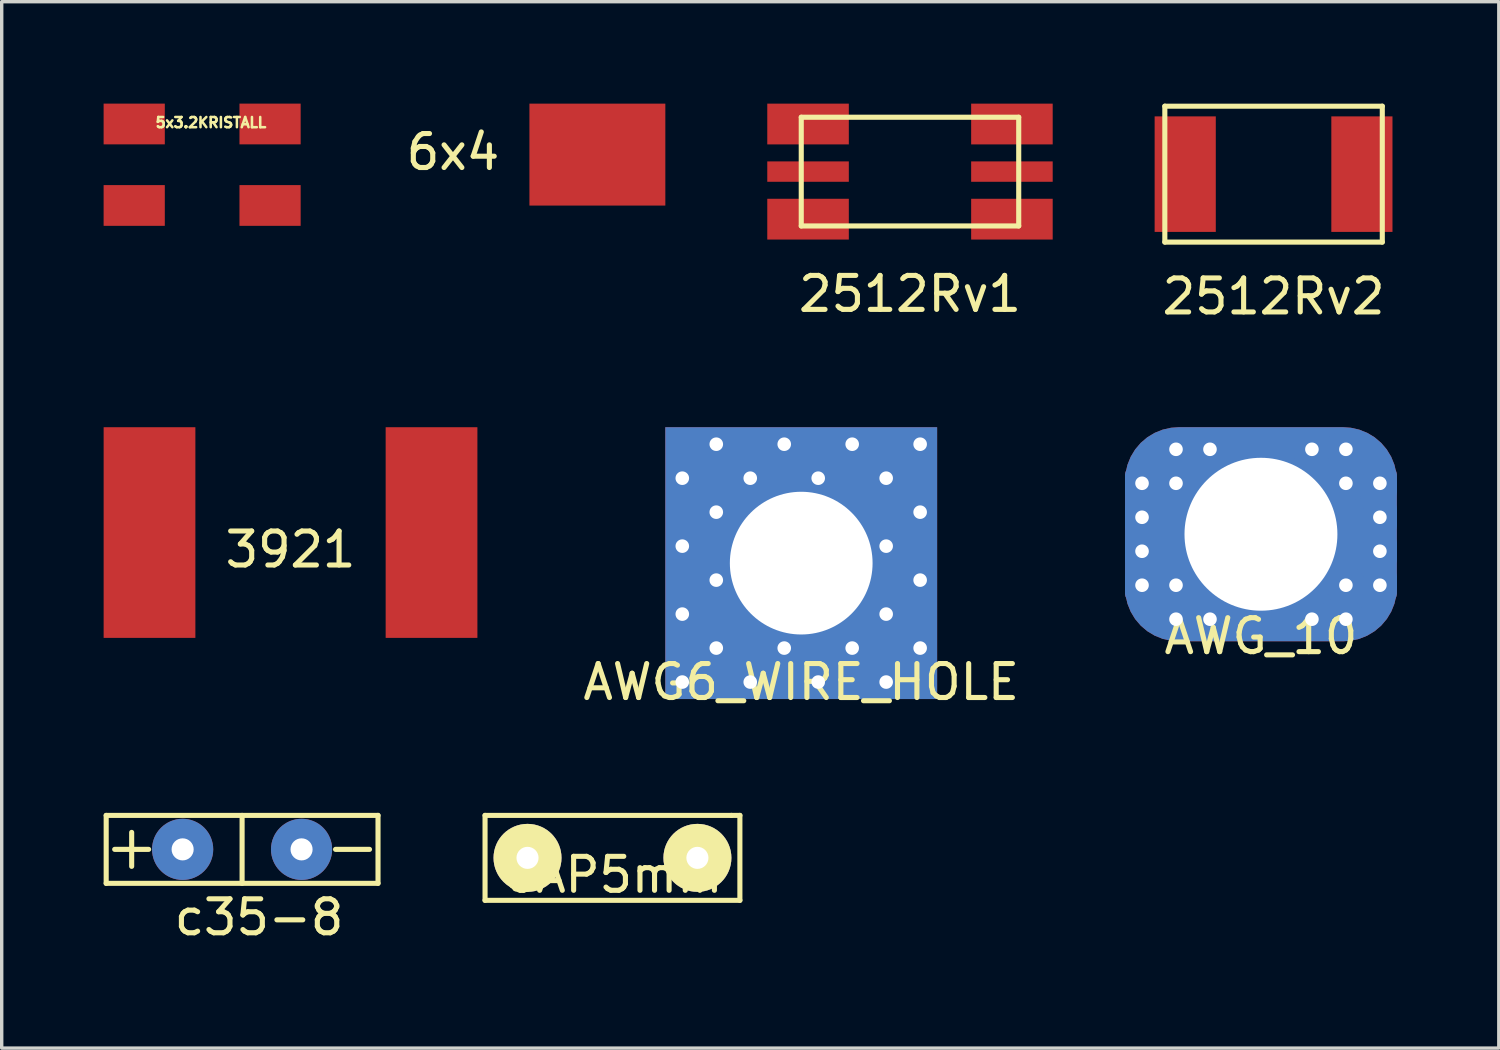
<source format=kicad_pcb>
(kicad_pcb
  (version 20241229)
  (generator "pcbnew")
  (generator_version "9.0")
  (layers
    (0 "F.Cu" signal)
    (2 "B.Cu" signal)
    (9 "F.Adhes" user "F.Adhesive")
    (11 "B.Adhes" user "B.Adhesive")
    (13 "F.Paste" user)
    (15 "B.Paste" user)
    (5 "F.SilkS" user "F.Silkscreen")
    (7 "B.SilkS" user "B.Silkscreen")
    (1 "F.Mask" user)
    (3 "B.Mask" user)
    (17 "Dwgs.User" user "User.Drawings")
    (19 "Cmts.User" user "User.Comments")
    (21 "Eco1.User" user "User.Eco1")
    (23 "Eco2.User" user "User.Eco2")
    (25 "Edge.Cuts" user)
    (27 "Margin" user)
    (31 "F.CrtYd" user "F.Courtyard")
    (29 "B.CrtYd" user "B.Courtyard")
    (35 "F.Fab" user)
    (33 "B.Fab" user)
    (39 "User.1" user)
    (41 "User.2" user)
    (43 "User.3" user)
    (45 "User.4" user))
  (footprint "AWG6_WIRE_HOLE"
    (layer "F.Cu")
    (at 20.53 13.523)
    (property "Reference" "AWG6_WIRE_HOLE" (at 0 3.5 0) (layer "F.SilkS") (effects (font (size 1 1) (thickness 0.15))))
    (attr through_hole)
    (pad "1" thru_hole rect (at -3.5 -2.5) (size 0.8 0.8) (drill 0.4) (layers "*.Cu" "*.Mask"))
    (pad "1" thru_hole rect (at -3.5 3.5) (size 0.8 0.8) (drill 0.4) (layers "*.Cu" "*.Mask"))
    (pad "1" thru_hole rect (at -2.5 -3.5) (size 0.8 0.8) (drill 0.4) (layers "*.Cu" "*.Mask"))
    (pad "1" thru_hole rect (at -2.5 2.5) (size 0.8 0.8) (drill 0.4) (layers "*.Cu" "*.Mask"))
    (pad "1" thru_hole rect (at -1.5 -2.5) (size 0.8 0.8) (drill 0.4) (layers "*.Cu" "*.Mask"))
    (pad "1" thru_hole rect (at -1.5 3.5) (size 0.8 0.8) (drill 0.4) (layers "*.Cu" "*.Mask"))
    (pad "1" thru_hole rect (at -0.5 -3.5) (size 0.8 0.8) (drill 0.4) (layers "*.Cu" "*.Mask"))
    (pad "1" thru_hole rect (at -0.5 2.5) (size 0.8 0.8) (drill 0.4) (layers "*.Cu" "*.Mask"))
    (pad "1" thru_hole rect (at 0 0) (size 8 8) (drill 4.2) (layers "*.Cu" "*.Mask"))
    (pad "1" thru_hole rect (at 0.5 -2.5) (size 0.8 0.8) (drill 0.4) (layers "*.Cu" "*.Mask"))
    (pad "1" thru_hole rect (at 0.5 3.5) (size 0.8 0.8) (drill 0.4) (layers "*.Cu" "*.Mask"))
    (pad "1" thru_hole rect (at 1.5 -3.5) (size 0.8 0.8) (drill 0.4) (layers "*.Cu" "*.Mask"))
    (pad "1" thru_hole rect (at 1.5 2.5) (size 0.8 0.8) (drill 0.4) (layers "*.Cu" "*.Mask"))
    (pad "1" thru_hole rect (at 2.5 -2.5) (size 0.8 0.8) (drill 0.4) (layers "*.Cu" "*.Mask"))
    (pad "1" thru_hole rect (at 2.5 -0.5) (size 0.8 0.8) (drill 0.4) (layers "*.Cu" "*.Mask"))
    (pad "1" thru_hole rect (at 2.5 1.5) (size 0.8 0.8) (drill 0.4) (layers "*.Cu" "*.Mask"))
    (pad "1" thru_hole rect (at 2.5 3.5) (size 0.8 0.8) (drill 0.4) (layers "*.Cu" "*.Mask"))
    (pad "1" thru_hole rect (at 3.5 -3.5) (size 0.8 0.8) (drill 0.4) (layers "*.Cu" "*.Mask"))
    (pad "1" thru_hole rect (at 3.5 -1.5) (size 0.8 0.8) (drill 0.4) (layers "*.Cu" "*.Mask"))
    (pad "1" thru_hole rect (at 3.5 0.5) (size 0.8 0.8) (drill 0.4) (layers "*.Cu" "*.Mask"))
    (pad "1" thru_hole rect (at 3.5 2.5) (size 0.8 0.8) (drill 0.4) (layers "*.Cu" "*.Mask"))
    (pad "10" thru_hole rect (at -2.5 -1.5) (size 0.8 0.8) (drill 0.4) (layers "*.Cu" "*.Mask"))
    (pad "11" thru_hole rect (at -3.5 -0.5) (size 0.8 0.8) (drill 0.4) (layers "*.Cu" "*.Mask"))
    (pad "12" thru_hole rect (at -2.5 0.5) (size 0.8 0.8) (drill 0.4) (layers "*.Cu" "*.Mask"))
    (pad "13" thru_hole rect (at -3.5 1.5) (size 0.8 0.8) (drill 0.4) (layers "*.Cu" "*.Mask")))
  (footprint "5x3.2KRISTALL"
    (layer "F.Cu")
    (at 2.899 1.798)
    (property "Reference" "5x3.2KRISTALL" (at 0.259 -1.24 0) (layer "F.SilkS") (effects (font (size 0.3 0.3) (thickness 0.076))))
    (attr through_hole)
    (pad "1" smd rect (at -1.999 1.199) (size 1.801 1.199) (layers "F.Cu" "F.Mask" "F.Paste"))
    (pad "2" smd rect (at 1.999 -1.199) (size 1.801 1.199) (layers "F.Cu" "F.Mask" "F.Paste"))
    (pad "3" smd rect (at -1.999 -1.199) (size 1.801 1.199) (layers "F.Cu" "F.Mask" "F.Paste"))
    (pad "3" smd rect (at 1.999 1.199) (size 1.801 1.199) (layers "F.Cu" "F.Mask" "F.Paste")))
  (footprint "3921"
    (layer "F.Cu")
    (at 5.5 12.623)
    (property "Reference" "3921" (at 0 0.5 0) (layer "F.SilkS") (effects (font (size 1 1) (thickness 0.15))))
    (attr through_hole)
    (pad "1" smd rect (at -4.15 0) (size 2.7 6.2) (layers "F.Cu" "F.Mask" "F.Paste"))
    (pad "2" smd rect (at 4.15 0) (size 2.7 6.2) (layers "F.Cu" "F.Mask" "F.Paste")))
  (footprint "c35-8"
    (layer "F.Cu")
    (at 4.075 21.947)
    (property "Reference" "c35-8" (at 0.5 2 0) (layer "F.SilkS") (effects (font (size 1 1) (thickness 0.15))))
    (attr through_hole)
    (fp_line (start -4 -1) (end 4 -1) (stroke (width 0.15) (type solid)) (layer "F.SilkS"))
    (fp_line (start -4 1) (end -4 -1) (stroke (width 0.15) (type solid)) (layer "F.SilkS"))
    (fp_line (start -3.75 0) (end -2.75 0) (stroke (width 0.15) (type solid)) (layer "F.SilkS"))
    (fp_line (start -3.25 -0.5) (end -3.25 0.5) (stroke (width 0.15) (type solid)) (layer "F.SilkS"))
    (fp_line (start 0 -1) (end 0 1) (stroke (width 0.15) (type solid)) (layer "F.SilkS"))
    (fp_line (start 3.75 0) (end 2.75 0) (stroke (width 0.15) (type solid)) (layer "F.SilkS"))
    (fp_line (start 4 -1) (end 4 1) (stroke (width 0.15) (type solid)) (layer "F.SilkS"))
    (fp_line (start 4 1) (end -4 1) (stroke (width 0.15) (type solid)) (layer "F.SilkS"))
    (pad "1" thru_hole circle (at -1.75 0) (size 1.8 1.8) (drill 0.65) (layers "*.Cu" "*.Mask"))
    (pad "2" thru_hole circle (at 1.75 0) (size 1.8 1.8) (drill 0.65) (layers "*.Cu" "*.Mask")))
  (footprint "CAP5mm"
    (layer "F.Cu")
    (at 14.975 22.197)
    (property "Reference" "CAP5mm" (at 0 0.5 0) (layer "F.SilkS") (effects (font (size 1 1) (thickness 0.15))))
    (attr through_hole)
    (fp_line (start -3.75 -1.25) (end 3.5 -1.25) (stroke (width 0.15) (type solid)) (layer "F.SilkS"))
    (fp_line (start -3.75 1.25) (end -3.75 -1.25) (stroke (width 0.15) (type solid)) (layer "F.SilkS"))
    (fp_line (start 3.5 -1.25) (end 3.75 -1.25) (stroke (width 0.15) (type solid)) (layer "F.SilkS"))
    (fp_line (start 3.75 -1.25) (end 3.75 1.25) (stroke (width 0.15) (type solid)) (layer "F.SilkS"))
    (fp_line (start 3.75 1.25) (end -3.75 1.25) (stroke (width 0.15) (type solid)) (layer "F.SilkS"))
    (pad "1" thru_hole circle (at 2.5 0) (size 2 2) (drill 0.65) (layers "*.Cu" "*.Mask" "F.SilkS"))
    (pad "2" thru_hole circle (at -2.5 0) (size 2 2) (drill 0.65) (layers "*.Cu" "*.Mask" "F.SilkS")))
  (footprint "6x4"
    (layer "F.Cu")
    (at 14.531 1.5)
    (property "Reference" "6x4" (at -4.25 -0.075 0) (layer "F.SilkS") (effects (font (size 1 1) (thickness 0.15))))
    (attr through_hole)
    (pad "1" connect rect (at 0 0) (size 4 3) (layers "F.Cu" "F.Mask")))
  (footprint "2512Rv1"
    (layer "F.Cu")
    (at 23.731 2)
    (property "Reference" "2512Rv1" (at 0 3.6 0) (layer "F.SilkS") (effects (font (size 1 1) (thickness 0.15))))
    (attr through_hole)
    (fp_line (start -3.2 -1.6) (end -3.2 1.6) (stroke (width 0.15) (type solid)) (layer "F.SilkS"))
    (fp_line (start -3.2 1.6) (end 3.2 1.6) (stroke (width 0.15) (type solid)) (layer "F.SilkS"))
    (fp_line (start 3.2 -1.6) (end -3.2 -1.6) (stroke (width 0.15) (type solid)) (layer "F.SilkS"))
    (fp_line (start 3.2 1.6) (end 3.2 -1.6) (stroke (width 0.15) (type solid)) (layer "F.SilkS"))
    (pad "1" smd rect (at -3 -1.4) (size 2.4 1.2) (layers "F.Cu" "F.Mask" "F.Paste"))
    (pad "1" smd rect (at -3 1.4) (size 2.4 1.2) (layers "F.Cu" "F.Mask" "F.Paste"))
    (pad "2" smd rect (at 3 -1.4) (size 2.4 1.2) (layers "F.Cu" "F.Mask" "F.Paste"))
    (pad "2" smd rect (at 3 1.4) (size 2.4 1.2) (layers "F.Cu" "F.Mask" "F.Paste"))
    (pad "3" smd rect (at -3 0) (size 2.4 0.6) (layers "F.Cu" "F.Mask" "F.Paste"))
    (pad "4" smd rect (at 3 0) (size 2.4 0.6) (layers "F.Cu" "F.Mask" "F.Paste")))
  (footprint "AWG_10"
    (layer "F.Cu")
    (at 34.06 12.673)
    (property "Reference" "AWG_10" (at 0 3 0) (layer "F.SilkS") (effects (font (size 1 1) (thickness 0.15))))
    (attr through_hole)
    (pad "1" thru_hole roundrect (at -3.5 -1.5) (size 1 1) (drill 0.4) (layers "*.Cu" "*.Mask") (roundrect_rratio 0.25))
    (pad "1" thru_hole roundrect (at -3.5 -0.5) (size 1 1) (drill 0.4) (layers "*.Cu" "*.Mask") (roundrect_rratio 0.25))
    (pad "1" thru_hole roundrect (at -3.5 0.5) (size 1 1) (drill 0.4) (layers "*.Cu" "*.Mask") (roundrect_rratio 0.25))
    (pad "1" thru_hole roundrect (at -3.5 1.5) (size 1 1) (drill 0.4) (layers "*.Cu" "*.Mask") (roundrect_rratio 0.25))
    (pad "1" thru_hole roundrect (at -2.5 -2.5) (size 1 1) (drill 0.4) (layers "*.Cu" "*.Mask") (roundrect_rratio 0.25))
    (pad "1" thru_hole roundrect (at -2.5 -1.5) (size 1 1) (drill 0.4) (layers "*.Cu" "*.Mask") (roundrect_rratio 0.25))
    (pad "1" thru_hole roundrect (at -2.5 1.5) (size 1 1) (drill 0.4) (layers "*.Cu" "*.Mask") (roundrect_rratio 0.25))
    (pad "1" thru_hole roundrect (at -2.5 2.5) (size 1 1) (drill 0.4) (layers "*.Cu" "*.Mask") (roundrect_rratio 0.25))
    (pad "1" thru_hole roundrect (at -1.5 -2.5) (size 1 1) (drill 0.4) (layers "*.Cu" "*.Mask") (roundrect_rratio 0.25))
    (pad "1" thru_hole roundrect (at -1.5 2.5) (size 1 1) (drill 0.4) (layers "*.Cu" "*.Mask") (roundrect_rratio 0.25))
    (pad "1" thru_hole roundrect (at 0 0) (size 8 6.3) (drill 4.5) (layers "*.Cu" "*.Mask") (roundrect_rratio 0.25))
    (pad "1" thru_hole roundrect (at 1.5 -2.5) (size 1 1) (drill 0.4) (layers "*.Cu" "*.Mask") (roundrect_rratio 0.25))
    (pad "1" thru_hole roundrect (at 1.5 2.5) (size 1 1) (drill 0.4) (layers "*.Cu" "*.Mask") (roundrect_rratio 0.25))
    (pad "1" thru_hole roundrect (at 2.5 -2.5) (size 1 1) (drill 0.4) (layers "*.Cu" "*.Mask") (roundrect_rratio 0.25))
    (pad "1" thru_hole roundrect (at 2.5 -1.5) (size 1 1) (drill 0.4) (layers "*.Cu" "*.Mask") (roundrect_rratio 0.25))
    (pad "1" thru_hole roundrect (at 2.5 1.5) (size 1 1) (drill 0.4) (layers "*.Cu" "*.Mask") (roundrect_rratio 0.25))
    (pad "1" thru_hole roundrect (at 2.5 2.5) (size 1 1) (drill 0.4) (layers "*.Cu" "*.Mask") (roundrect_rratio 0.25))
    (pad "1" thru_hole roundrect (at 3.5 -1.5) (size 1 1) (drill 0.4) (layers "*.Cu" "*.Mask") (roundrect_rratio 0.25))
    (pad "1" thru_hole roundrect (at 3.5 -0.5) (size 1 1) (drill 0.4) (layers "*.Cu" "*.Mask") (roundrect_rratio 0.25))
    (pad "1" thru_hole roundrect (at 3.5 0.5) (size 1 1) (drill 0.4) (layers "*.Cu" "*.Mask") (roundrect_rratio 0.25))
    (pad "1" thru_hole roundrect (at 3.5 1.5) (size 1 1) (drill 0.4) (layers "*.Cu" "*.Mask") (roundrect_rratio 0.25)))
  (footprint "2512Rv2"
    (layer "F.Cu")
    (at 34.431 2.075)
    (property "Reference" "2512Rv2" (at 0 3.6 0) (layer "F.SilkS") (effects (font (size 1 1) (thickness 0.15))))
    (attr through_hole)
    (fp_line (start -3.2 -2) (end -3.2 2) (stroke (width 0.15) (type solid)) (layer "F.SilkS"))
    (fp_line (start -3.2 2) (end 3.2 2) (stroke (width 0.15) (type solid)) (layer "F.SilkS"))
    (fp_line (start 3.2 -2) (end -3.2 -2) (stroke (width 0.15) (type solid)) (layer "F.SilkS"))
    (fp_line (start 3.2 2) (end 3.2 -2) (stroke (width 0.15) (type solid)) (layer "F.SilkS"))
    (pad "1" smd rect (at -2.6 0) (size 1.8 3.4) (layers "F.Cu" "F.Mask" "F.Paste"))
    (pad "2" smd rect (at 2.6 0) (size 1.8 3.4) (layers "F.Cu" "F.Mask" "F.Paste")))
  (gr_rect
    (start -3 -3)
    (end 41.06 27.795)
    (stroke (width 0.1) (type default))
    (fill no)
    (layer "Edge.Cuts")))
</source>
